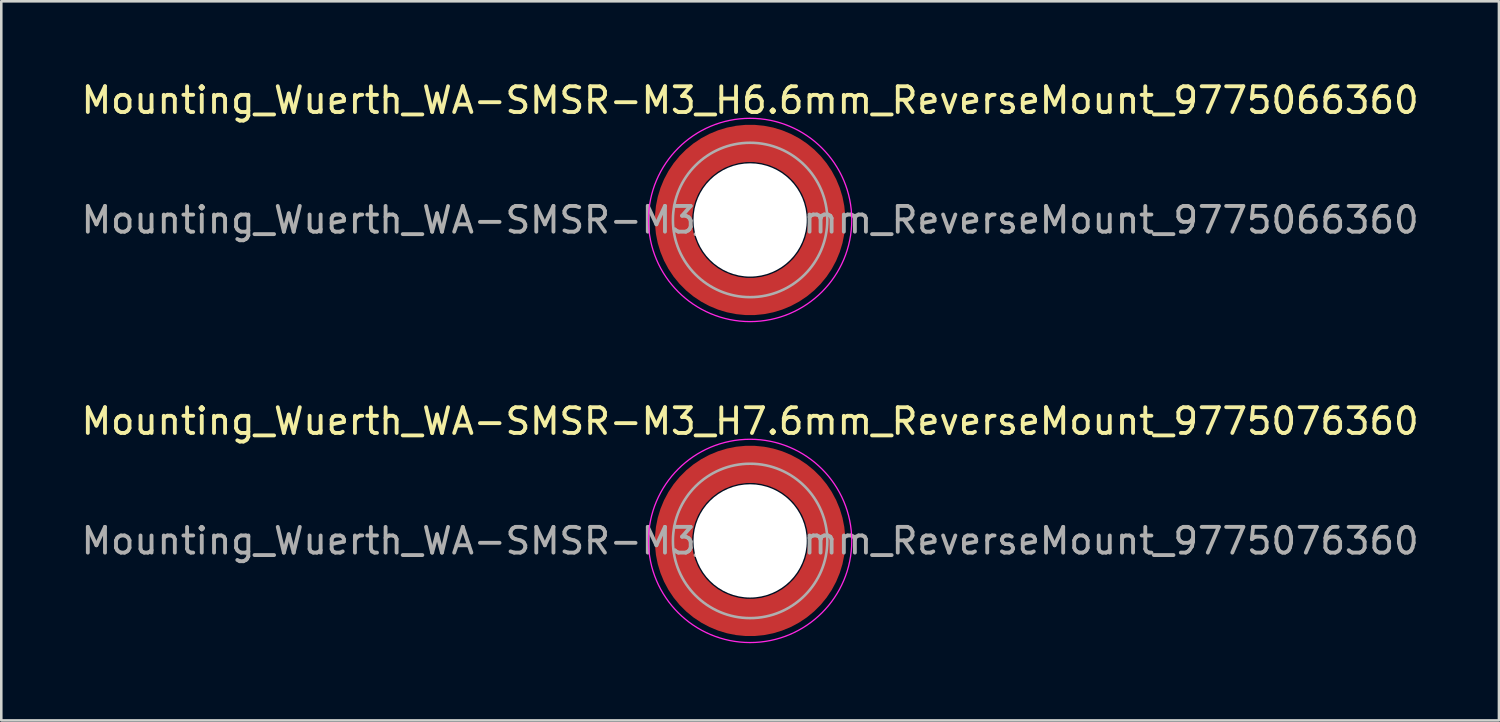
<source format=kicad_pcb>
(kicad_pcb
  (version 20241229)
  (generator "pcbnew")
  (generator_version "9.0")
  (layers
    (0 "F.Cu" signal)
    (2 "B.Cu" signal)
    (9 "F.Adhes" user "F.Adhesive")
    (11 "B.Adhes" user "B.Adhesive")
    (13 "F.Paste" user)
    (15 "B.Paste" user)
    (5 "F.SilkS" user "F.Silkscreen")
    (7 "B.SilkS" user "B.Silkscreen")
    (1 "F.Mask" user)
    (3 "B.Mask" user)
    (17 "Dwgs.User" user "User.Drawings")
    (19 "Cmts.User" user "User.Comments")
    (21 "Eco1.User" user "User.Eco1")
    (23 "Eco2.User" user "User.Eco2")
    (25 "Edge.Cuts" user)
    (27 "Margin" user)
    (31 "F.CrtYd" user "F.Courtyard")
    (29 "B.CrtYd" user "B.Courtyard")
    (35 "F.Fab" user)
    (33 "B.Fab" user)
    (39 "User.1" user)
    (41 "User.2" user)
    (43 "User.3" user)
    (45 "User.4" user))
  (footprint "Mounting_Wuerth_WA-SMSR-M3_H7.6mm_ReverseMount_9775076360"
    (layer "F.Cu")
    (at 26.101 17.971)
    (property "Reference" "Mounting_Wuerth_WA-SMSR-M3_H7.6mm_ReverseMount_9775076360" (at 0 -4.65 0) (layer "F.SilkS") (effects (font (size 1 1) (thickness 0.15))))
    (attr smd)
    (fp_circle (center 0 0) (end 3.95 0) (stroke (width 0.05) (type solid)) (fill no) (layer "F.CrtYd"))
    (fp_circle (center 0 0) (end 3 0) (stroke (width 0.1) (type solid)) (fill no) (layer "F.Fab"))
    (fp_text user "${REFERENCE}" (at 0 0 0) (layer "F.Fab") (effects (font (size 1 1) (thickness 0.15))))
    (pad "" smd custom (at -2.095 -2.095) (size 0.945 0.945) (layers "F.Paste") (options (anchor circle)) (primitives (gr_arc (start -0.24231 1.594804) (mid 0.404104 0.405534) (end 1.592827 -0.241886) (width 0.2)) (gr_arc (start -0.3398 1.594804) (mid 0.335987 0.338711) (end 1.591031 -0.339022) (width 0.2)) (gr_arc (start -0.437132 1.594804) (mid 0.268952 0.270807) (end 1.592231 -0.436623) (width 0.2)) (gr_arc (start -0.534324 1.594804) (mid 0.201345 0.203474) (end 1.591846 -0.53376) (width 0.2)) (gr_arc (start -0.631391 1.594804) (mid 0.134696 0.135183) (end 1.594126 -0.631267) (width 0.2)) (gr_arc (start -0.728345 1.594804) (mid 0.067234 0.067705) (end 1.594149 -0.728229) (width 0.2)) (gr_arc (start -0.825197 1.594804) (mid -0.001218 0.001219) (end 1.591408 -0.824614) (width 0.2)) (gr_arc (start -0.921958 1.594804) (mid -0.068952 -0.065985) (end 1.590665 -0.921269) (width 0.2)) (gr_arc (start -1.018637 1.594804) (mid -0.135972 -0.133907) (end 1.59192 -1.018172) (width 0.2)) (gr_arc (start -1.115239 1.594804) (mid -0.20428 -0.200537) (end 1.589574 -1.11442) (width 0.2)) (gr_arc (start -1.211773 1.594804) (mid -0.26993 -0.269828) (end 1.594662 -1.211751) (width 0.2)) (gr_arc (start -1.308244 1.594804) (mid -0.33911 -0.335587) (end 1.589875 -1.307516) (width 0.2)) (gr_arc (start -1.404657 1.594804) (mid -0.405633 -0.404004) (end 1.592524 -1.404331) (width 0.2)) (gr_arc (start -1.404657 1.594804) (mid -0.405633 -0.404004) (end 1.592524 -1.404331) (width 0.2)) (gr_line (start 1.595 -0.242) (end 1.595 -1.405) (width 0.2)) (gr_line (start -0.242 1.595) (end -1.405 1.595) (width 0.2))))
    (pad "" smd custom (at -2.095 2.095) (size 0.945 0.945) (layers "F.Paste") (options (anchor circle)) (primitives (gr_arc (start 1.594804 0.24231) (mid 0.405534 -0.404104) (end -0.241886 -1.592827) (width 0.2)) (gr_arc (start 1.594804 0.3398) (mid 0.338711 -0.335987) (end -0.339022 -1.591031) (width 0.2)) (gr_arc (start 1.594804 0.437132) (mid 0.270807 -0.268952) (end -0.436623 -1.592231) (width 0.2)) (gr_arc (start 1.594804 0.534324) (mid 0.203474 -0.201345) (end -0.53376 -1.591846) (width 0.2)) (gr_arc (start 1.594804 0.631391) (mid 0.135183 -0.134696) (end -0.631267 -1.594126) (width 0.2)) (gr_arc (start 1.594804 0.728345) (mid 0.067705 -0.067234) (end -0.728229 -1.594149) (width 0.2)) (gr_arc (start 1.594804 0.825197) (mid 0.001219 0.001218) (end -0.824614 -1.591408) (width 0.2)) (gr_arc (start 1.594804 0.921958) (mid -0.065985 0.068952) (end -0.921269 -1.590665) (width 0.2)) (gr_arc (start 1.594804 1.018637) (mid -0.133907 0.135972) (end -1.018172 -1.59192) (width 0.2)) (gr_arc (start 1.594804 1.115239) (mid -0.200537 0.20428) (end -1.11442 -1.589574) (width 0.2)) (gr_arc (start 1.594804 1.211773) (mid -0.269828 0.26993) (end -1.211751 -1.594662) (width 0.2)) (gr_arc (start 1.594804 1.308244) (mid -0.335587 0.33911) (end -1.307516 -1.589875) (width 0.2)) (gr_arc (start 1.594804 1.404657) (mid -0.404004 0.405633) (end -1.404331 -1.592524) (width 0.2)) (gr_arc (start 1.594804 1.404657) (mid -0.404004 0.405633) (end -1.404331 -1.592524) (width 0.2)) (gr_line (start -0.242 -1.595) (end -1.405 -1.595) (width 0.2)) (gr_line (start 1.595 0.242) (end 1.595 1.405) (width 0.2))))
    (pad "" np_thru_hole circle (at 0 0) (size 4.4 4.4) (drill 4.4) (layers "*.Cu" "*.Mask"))
    (pad "" smd custom (at 2.095 -2.095) (size 0.945 0.945) (layers "F.Paste") (options (anchor circle)) (primitives (gr_arc (start -1.594804 -0.24231) (mid -0.405534 0.404104) (end 0.241886 1.592827) (width 0.2)) (gr_arc (start -1.594804 -0.3398) (mid -0.338711 0.335987) (end 0.339022 1.591031) (width 0.2)) (gr_arc (start -1.594804 -0.437132) (mid -0.270807 0.268952) (end 0.436623 1.592231) (width 0.2)) (gr_arc (start -1.594804 -0.534324) (mid -0.203474 0.201345) (end 0.53376 1.591846) (width 0.2)) (gr_arc (start -1.594804 -0.631391) (mid -0.135183 0.134696) (end 0.631267 1.594126) (width 0.2)) (gr_arc (start -1.594804 -0.728345) (mid -0.067705 0.067234) (end 0.728229 1.594149) (width 0.2)) (gr_arc (start -1.594804 -0.825197) (mid -0.001219 -0.001218) (end 0.824614 1.591408) (width 0.2)) (gr_arc (start -1.594804 -0.921958) (mid 0.065985 -0.068952) (end 0.921269 1.590665) (width 0.2)) (gr_arc (start -1.594804 -1.018637) (mid 0.133907 -0.135972) (end 1.018172 1.59192) (width 0.2)) (gr_arc (start -1.594804 -1.115239) (mid 0.200537 -0.20428) (end 1.11442 1.589574) (width 0.2)) (gr_arc (start -1.594804 -1.211773) (mid 0.269828 -0.26993) (end 1.211751 1.594662) (width 0.2)) (gr_arc (start -1.594804 -1.308244) (mid 0.335587 -0.33911) (end 1.307516 1.589875) (width 0.2)) (gr_arc (start -1.594804 -1.404657) (mid 0.404004 -0.405633) (end 1.404331 1.592524) (width 0.2)) (gr_arc (start -1.594804 -1.404657) (mid 0.404004 -0.405633) (end 1.404331 1.592524) (width 0.2)) (gr_line (start 0.242 1.595) (end 1.405 1.595) (width 0.2)) (gr_line (start -1.595 -0.242) (end -1.595 -1.405) (width 0.2))))
    (pad "" smd custom (at 2.095 2.095) (size 0.945 0.945) (layers "F.Paste") (options (anchor circle)) (primitives (gr_arc (start 0.24231 -1.594804) (mid -0.404104 -0.405534) (end -1.592827 0.241886) (width 0.2)) (gr_arc (start 0.3398 -1.594804) (mid -0.335987 -0.338711) (end -1.591031 0.339022) (width 0.2)) (gr_arc (start 0.437132 -1.594804) (mid -0.268952 -0.270807) (end -1.592231 0.436623) (width 0.2)) (gr_arc (start 0.534324 -1.594804) (mid -0.201345 -0.203474) (end -1.591846 0.53376) (width 0.2)) (gr_arc (start 0.631391 -1.594804) (mid -0.134696 -0.135183) (end -1.594126 0.631267) (width 0.2)) (gr_arc (start 0.728345 -1.594804) (mid -0.067234 -0.067705) (end -1.594149 0.728229) (width 0.2)) (gr_arc (start 0.825197 -1.594804) (mid 0.001218 -0.001219) (end -1.591408 0.824614) (width 0.2)) (gr_arc (start 0.921958 -1.594804) (mid 0.068952 0.065985) (end -1.590665 0.921269) (width 0.2)) (gr_arc (start 1.018637 -1.594804) (mid 0.135972 0.133907) (end -1.59192 1.018172) (width 0.2)) (gr_arc (start 1.115239 -1.594804) (mid 0.20428 0.200537) (end -1.589574 1.11442) (width 0.2)) (gr_arc (start 1.211773 -1.594804) (mid 0.26993 0.269828) (end -1.594662 1.211751) (width 0.2)) (gr_arc (start 1.308244 -1.594804) (mid 0.33911 0.335587) (end -1.589875 1.307516) (width 0.2)) (gr_arc (start 1.404657 -1.594804) (mid 0.405633 0.404004) (end -1.592524 1.404331) (width 0.2)) (gr_arc (start 1.404657 -1.594804) (mid 0.405633 0.404004) (end -1.592524 1.404331) (width 0.2)) (gr_line (start -1.595 0.242) (end -1.595 1.405) (width 0.2)) (gr_line (start 0.242 -1.595) (end 1.405 -1.595) (width 0.2))))
    (pad "1" smd circle (at -2.975 0) (size 1.05 1.05) (layers "F.Cu"))
    (pad "1" smd circle (at 0 -2.975) (size 1.05 1.05) (layers "F.Cu"))
    (pad "1" smd circle (at 0 2.975) (size 1.05 1.05) (layers "F.Cu"))
    (pad "1" smd custom (at 2.975 0) (size 1.05 1.05) (layers "F.Cu" "F.Mask") (options (anchor circle)) (primitives (gr_circle (center -2.975 0) (end 0 0) (width 1.45) (fill no)))))
  (footprint "Mounting_Wuerth_WA-SMSR-M3_H6.6mm_ReverseMount_9775066360"
    (layer "F.Cu")
    (at 26.101 5.498)
    (property "Reference" "Mounting_Wuerth_WA-SMSR-M3_H6.6mm_ReverseMount_9775066360" (at 0 -4.65 0) (layer "F.SilkS") (effects (font (size 1 1) (thickness 0.15))))
    (attr smd)
    (fp_circle (center 0 0) (end 3.95 0) (stroke (width 0.05) (type solid)) (fill no) (layer "F.CrtYd"))
    (fp_circle (center 0 0) (end 3 0) (stroke (width 0.1) (type solid)) (fill no) (layer "F.Fab"))
    (fp_text user "${REFERENCE}" (at 0 0 0) (layer "F.Fab") (effects (font (size 1 1) (thickness 0.15))))
    (pad "" smd custom (at -2.095 -2.095) (size 0.945 0.945) (layers "F.Paste") (options (anchor circle)) (primitives (gr_arc (start -0.24231 1.594804) (mid 0.404104 0.405534) (end 1.592827 -0.241886) (width 0.2)) (gr_arc (start -0.3398 1.594804) (mid 0.335987 0.338711) (end 1.591031 -0.339022) (width 0.2)) (gr_arc (start -0.437132 1.594804) (mid 0.268952 0.270807) (end 1.592231 -0.436623) (width 0.2)) (gr_arc (start -0.534324 1.594804) (mid 0.201345 0.203474) (end 1.591846 -0.53376) (width 0.2)) (gr_arc (start -0.631391 1.594804) (mid 0.134696 0.135183) (end 1.594126 -0.631267) (width 0.2)) (gr_arc (start -0.728345 1.594804) (mid 0.067234 0.067705) (end 1.594149 -0.728229) (width 0.2)) (gr_arc (start -0.825197 1.594804) (mid -0.001218 0.001219) (end 1.591408 -0.824614) (width 0.2)) (gr_arc (start -0.921958 1.594804) (mid -0.068952 -0.065985) (end 1.590665 -0.921269) (width 0.2)) (gr_arc (start -1.018637 1.594804) (mid -0.135972 -0.133907) (end 1.59192 -1.018172) (width 0.2)) (gr_arc (start -1.115239 1.594804) (mid -0.20428 -0.200537) (end 1.589574 -1.11442) (width 0.2)) (gr_arc (start -1.211773 1.594804) (mid -0.26993 -0.269828) (end 1.594662 -1.211751) (width 0.2)) (gr_arc (start -1.308244 1.594804) (mid -0.33911 -0.335587) (end 1.589875 -1.307516) (width 0.2)) (gr_arc (start -1.404657 1.594804) (mid -0.405633 -0.404004) (end 1.592524 -1.404331) (width 0.2)) (gr_arc (start -1.404657 1.594804) (mid -0.405633 -0.404004) (end 1.592524 -1.404331) (width 0.2)) (gr_line (start 1.595 -0.242) (end 1.595 -1.405) (width 0.2)) (gr_line (start -0.242 1.595) (end -1.405 1.595) (width 0.2))))
    (pad "" smd custom (at -2.095 2.095) (size 0.945 0.945) (layers "F.Paste") (options (anchor circle)) (primitives (gr_arc (start 1.594804 0.24231) (mid 0.405534 -0.404104) (end -0.241886 -1.592827) (width 0.2)) (gr_arc (start 1.594804 0.3398) (mid 0.338711 -0.335987) (end -0.339022 -1.591031) (width 0.2)) (gr_arc (start 1.594804 0.437132) (mid 0.270807 -0.268952) (end -0.436623 -1.592231) (width 0.2)) (gr_arc (start 1.594804 0.534324) (mid 0.203474 -0.201345) (end -0.53376 -1.591846) (width 0.2)) (gr_arc (start 1.594804 0.631391) (mid 0.135183 -0.134696) (end -0.631267 -1.594126) (width 0.2)) (gr_arc (start 1.594804 0.728345) (mid 0.067705 -0.067234) (end -0.728229 -1.594149) (width 0.2)) (gr_arc (start 1.594804 0.825197) (mid 0.001219 0.001218) (end -0.824614 -1.591408) (width 0.2)) (gr_arc (start 1.594804 0.921958) (mid -0.065985 0.068952) (end -0.921269 -1.590665) (width 0.2)) (gr_arc (start 1.594804 1.018637) (mid -0.133907 0.135972) (end -1.018172 -1.59192) (width 0.2)) (gr_arc (start 1.594804 1.115239) (mid -0.200537 0.20428) (end -1.11442 -1.589574) (width 0.2)) (gr_arc (start 1.594804 1.211773) (mid -0.269828 0.26993) (end -1.211751 -1.594662) (width 0.2)) (gr_arc (start 1.594804 1.308244) (mid -0.335587 0.33911) (end -1.307516 -1.589875) (width 0.2)) (gr_arc (start 1.594804 1.404657) (mid -0.404004 0.405633) (end -1.404331 -1.592524) (width 0.2)) (gr_arc (start 1.594804 1.404657) (mid -0.404004 0.405633) (end -1.404331 -1.592524) (width 0.2)) (gr_line (start -0.242 -1.595) (end -1.405 -1.595) (width 0.2)) (gr_line (start 1.595 0.242) (end 1.595 1.405) (width 0.2))))
    (pad "" np_thru_hole circle (at 0 0) (size 4.4 4.4) (drill 4.4) (layers "*.Cu" "*.Mask"))
    (pad "" smd custom (at 2.095 -2.095) (size 0.945 0.945) (layers "F.Paste") (options (anchor circle)) (primitives (gr_arc (start -1.594804 -0.24231) (mid -0.405534 0.404104) (end 0.241886 1.592827) (width 0.2)) (gr_arc (start -1.594804 -0.3398) (mid -0.338711 0.335987) (end 0.339022 1.591031) (width 0.2)) (gr_arc (start -1.594804 -0.437132) (mid -0.270807 0.268952) (end 0.436623 1.592231) (width 0.2)) (gr_arc (start -1.594804 -0.534324) (mid -0.203474 0.201345) (end 0.53376 1.591846) (width 0.2)) (gr_arc (start -1.594804 -0.631391) (mid -0.135183 0.134696) (end 0.631267 1.594126) (width 0.2)) (gr_arc (start -1.594804 -0.728345) (mid -0.067705 0.067234) (end 0.728229 1.594149) (width 0.2)) (gr_arc (start -1.594804 -0.825197) (mid -0.001219 -0.001218) (end 0.824614 1.591408) (width 0.2)) (gr_arc (start -1.594804 -0.921958) (mid 0.065985 -0.068952) (end 0.921269 1.590665) (width 0.2)) (gr_arc (start -1.594804 -1.018637) (mid 0.133907 -0.135972) (end 1.018172 1.59192) (width 0.2)) (gr_arc (start -1.594804 -1.115239) (mid 0.200537 -0.20428) (end 1.11442 1.589574) (width 0.2)) (gr_arc (start -1.594804 -1.211773) (mid 0.269828 -0.26993) (end 1.211751 1.594662) (width 0.2)) (gr_arc (start -1.594804 -1.308244) (mid 0.335587 -0.33911) (end 1.307516 1.589875) (width 0.2)) (gr_arc (start -1.594804 -1.404657) (mid 0.404004 -0.405633) (end 1.404331 1.592524) (width 0.2)) (gr_arc (start -1.594804 -1.404657) (mid 0.404004 -0.405633) (end 1.404331 1.592524) (width 0.2)) (gr_line (start 0.242 1.595) (end 1.405 1.595) (width 0.2)) (gr_line (start -1.595 -0.242) (end -1.595 -1.405) (width 0.2))))
    (pad "" smd custom (at 2.095 2.095) (size 0.945 0.945) (layers "F.Paste") (options (anchor circle)) (primitives (gr_arc (start 0.24231 -1.594804) (mid -0.404104 -0.405534) (end -1.592827 0.241886) (width 0.2)) (gr_arc (start 0.3398 -1.594804) (mid -0.335987 -0.338711) (end -1.591031 0.339022) (width 0.2)) (gr_arc (start 0.437132 -1.594804) (mid -0.268952 -0.270807) (end -1.592231 0.436623) (width 0.2)) (gr_arc (start 0.534324 -1.594804) (mid -0.201345 -0.203474) (end -1.591846 0.53376) (width 0.2)) (gr_arc (start 0.631391 -1.594804) (mid -0.134696 -0.135183) (end -1.594126 0.631267) (width 0.2)) (gr_arc (start 0.728345 -1.594804) (mid -0.067234 -0.067705) (end -1.594149 0.728229) (width 0.2)) (gr_arc (start 0.825197 -1.594804) (mid 0.001218 -0.001219) (end -1.591408 0.824614) (width 0.2)) (gr_arc (start 0.921958 -1.594804) (mid 0.068952 0.065985) (end -1.590665 0.921269) (width 0.2)) (gr_arc (start 1.018637 -1.594804) (mid 0.135972 0.133907) (end -1.59192 1.018172) (width 0.2)) (gr_arc (start 1.115239 -1.594804) (mid 0.20428 0.200537) (end -1.589574 1.11442) (width 0.2)) (gr_arc (start 1.211773 -1.594804) (mid 0.26993 0.269828) (end -1.594662 1.211751) (width 0.2)) (gr_arc (start 1.308244 -1.594804) (mid 0.33911 0.335587) (end -1.589875 1.307516) (width 0.2)) (gr_arc (start 1.404657 -1.594804) (mid 0.405633 0.404004) (end -1.592524 1.404331) (width 0.2)) (gr_arc (start 1.404657 -1.594804) (mid 0.405633 0.404004) (end -1.592524 1.404331) (width 0.2)) (gr_line (start -1.595 0.242) (end -1.595 1.405) (width 0.2)) (gr_line (start 0.242 -1.595) (end 1.405 -1.595) (width 0.2))))
    (pad "1" smd circle (at -2.975 0) (size 1.05 1.05) (layers "F.Cu"))
    (pad "1" smd circle (at 0 -2.975) (size 1.05 1.05) (layers "F.Cu"))
    (pad "1" smd circle (at 0 2.975) (size 1.05 1.05) (layers "F.Cu"))
    (pad "1" smd custom (at 2.975 0) (size 1.05 1.05) (layers "F.Cu" "F.Mask") (options (anchor circle)) (primitives (gr_circle (center -2.975 0) (end 0 0) (width 1.45) (fill no)))))
  (gr_rect
    (start -3 -3)
    (end 55.202 24.947)
    (stroke (width 0.1) (type default))
    (fill no)
    (layer "Edge.Cuts")))
</source>
